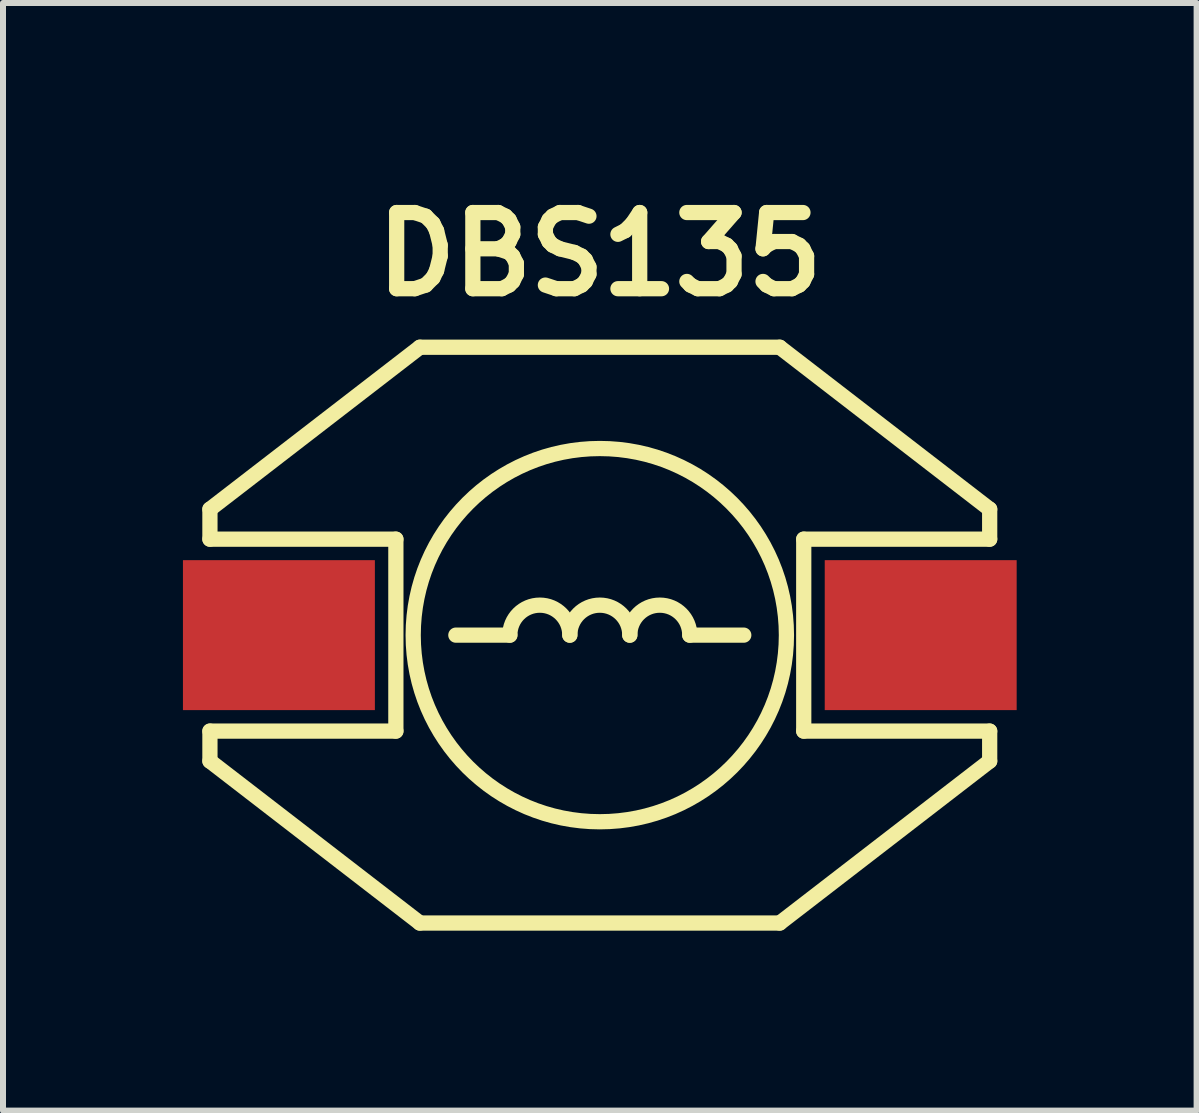
<source format=kicad_pcb>
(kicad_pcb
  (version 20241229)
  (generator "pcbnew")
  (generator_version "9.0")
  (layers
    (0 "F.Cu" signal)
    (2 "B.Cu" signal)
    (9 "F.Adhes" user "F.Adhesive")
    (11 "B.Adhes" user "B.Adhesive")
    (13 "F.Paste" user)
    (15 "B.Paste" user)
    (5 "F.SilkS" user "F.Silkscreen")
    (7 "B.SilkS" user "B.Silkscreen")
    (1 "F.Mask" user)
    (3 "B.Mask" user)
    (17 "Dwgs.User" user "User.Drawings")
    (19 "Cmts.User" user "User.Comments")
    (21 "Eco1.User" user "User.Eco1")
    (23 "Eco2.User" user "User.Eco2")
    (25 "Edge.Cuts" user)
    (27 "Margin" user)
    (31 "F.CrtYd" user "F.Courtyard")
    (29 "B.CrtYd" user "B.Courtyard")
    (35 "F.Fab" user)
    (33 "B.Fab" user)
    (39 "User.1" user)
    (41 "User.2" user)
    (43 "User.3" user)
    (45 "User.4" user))
  (footprint "DBS135"
    (layer "F.Cu")
    (at 6.95 7.539)
    (property "Reference" "DBS135" (at 0 -6.35 0) (layer "F.SilkS") (effects (font (size 1.27 1.27) (thickness 0.254))))
    (attr smd)
    (fp_line (start -6.5 -2.1) (end -3 -4.8) (stroke (width 0.254) (type solid)) (layer "F.SilkS"))
    (fp_line (start -6.5 -1.6) (end -6.5 -2.1) (stroke (width 0.254) (type solid)) (layer "F.SilkS"))
    (fp_line (start -6.5 1.6) (end -3.4 1.6) (stroke (width 0.254) (type solid)) (layer "F.SilkS"))
    (fp_line (start -6.5 2.1) (end -6.5 1.6) (stroke (width 0.254) (type solid)) (layer "F.SilkS"))
    (fp_line (start -3.4 -1.6) (end -6.5 -1.6) (stroke (width 0.254) (type solid)) (layer "F.SilkS"))
    (fp_line (start -3.4 1.6) (end -3.4 -1.6) (stroke (width 0.254) (type solid)) (layer "F.SilkS"))
    (fp_line (start -3 -4.8) (end 3 -4.8) (stroke (width 0.254) (type solid)) (layer "F.SilkS"))
    (fp_line (start -3 4.8) (end -6.5 2.1) (stroke (width 0.254) (type solid)) (layer "F.SilkS"))
    (fp_line (start -1.5 0) (end -2.4 0) (stroke (width 0.254) (type solid)) (layer "F.SilkS"))
    (fp_line (start 2.4 0) (end 1.5 0) (stroke (width 0.254) (type solid)) (layer "F.SilkS"))
    (fp_line (start 3 -4.8) (end 6.5 -2.1) (stroke (width 0.254) (type solid)) (layer "F.SilkS"))
    (fp_line (start 3 4.8) (end -3 4.8) (stroke (width 0.254) (type solid)) (layer "F.SilkS"))
    (fp_line (start 3.4 -1.6) (end 3.4 1.6) (stroke (width 0.254) (type solid)) (layer "F.SilkS"))
    (fp_line (start 3.4 1.6) (end 6.5 1.6) (stroke (width 0.254) (type solid)) (layer "F.SilkS"))
    (fp_line (start 6.5 -2.1) (end 6.5 -1.6) (stroke (width 0.254) (type solid)) (layer "F.SilkS"))
    (fp_line (start 6.5 -1.6) (end 3.4 -1.6) (stroke (width 0.254) (type solid)) (layer "F.SilkS"))
    (fp_line (start 6.5 1.6) (end 6.5 2.1) (stroke (width 0.254) (type solid)) (layer "F.SilkS"))
    (fp_line (start 6.5 2.1) (end 3 4.8) (stroke (width 0.254) (type solid)) (layer "F.SilkS"))
    (fp_arc (start -1.5 0) (mid -1 -0.5) (end -0.5 0) (stroke (width 0.254) (type solid)) (layer "F.SilkS"))
    (fp_arc (start -0.5 0) (mid 0 -0.5) (end 0.5 0) (stroke (width 0.254) (type solid)) (layer "F.SilkS"))
    (fp_arc (start 0.5 0) (mid 1 -0.5) (end 1.5 0) (stroke (width 0.254) (type solid)) (layer "F.SilkS"))
    (fp_circle (center 0 0) (end -2.2 2.2) (stroke (width 0.254) (type solid)) (fill no) (layer "F.SilkS"))
    (pad "1" smd rect (at -5.35 0) (size 3.2 2.5) (layers "F.Cu" "F.Mask" "F.Paste"))
    (pad "2" smd rect (at 5.35 0) (size 3.2 2.5) (layers "F.Cu" "F.Mask" "F.Paste")))
  (gr_rect
    (start -3 -3)
    (end 16.9 15.466)
    (stroke (width 0.1) (type default))
    (fill no)
    (layer "Edge.Cuts")))
</source>
